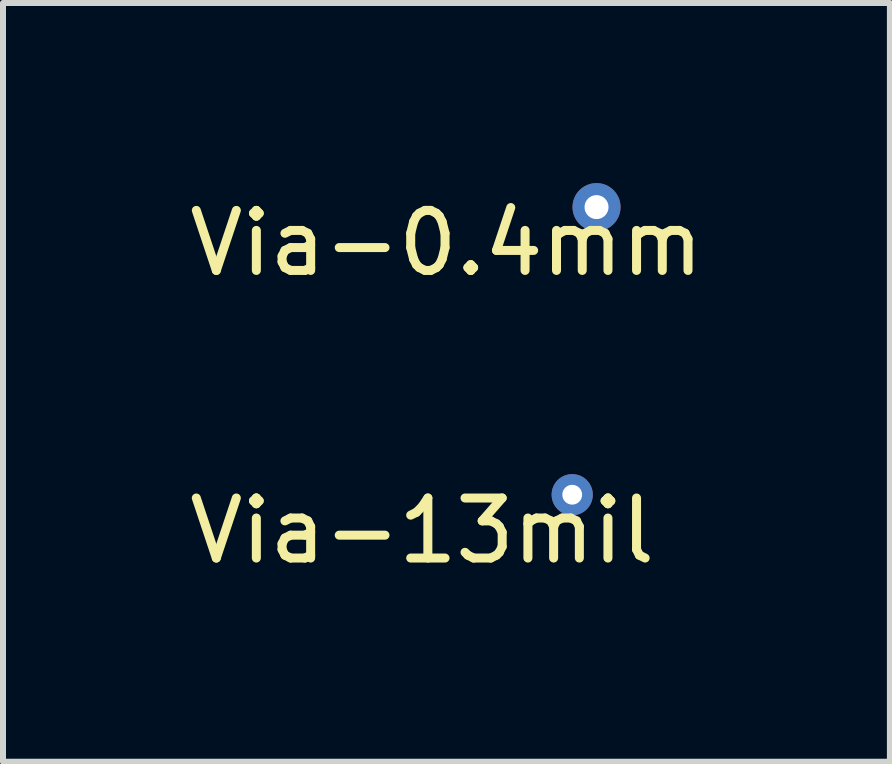
<source format=kicad_pcb>
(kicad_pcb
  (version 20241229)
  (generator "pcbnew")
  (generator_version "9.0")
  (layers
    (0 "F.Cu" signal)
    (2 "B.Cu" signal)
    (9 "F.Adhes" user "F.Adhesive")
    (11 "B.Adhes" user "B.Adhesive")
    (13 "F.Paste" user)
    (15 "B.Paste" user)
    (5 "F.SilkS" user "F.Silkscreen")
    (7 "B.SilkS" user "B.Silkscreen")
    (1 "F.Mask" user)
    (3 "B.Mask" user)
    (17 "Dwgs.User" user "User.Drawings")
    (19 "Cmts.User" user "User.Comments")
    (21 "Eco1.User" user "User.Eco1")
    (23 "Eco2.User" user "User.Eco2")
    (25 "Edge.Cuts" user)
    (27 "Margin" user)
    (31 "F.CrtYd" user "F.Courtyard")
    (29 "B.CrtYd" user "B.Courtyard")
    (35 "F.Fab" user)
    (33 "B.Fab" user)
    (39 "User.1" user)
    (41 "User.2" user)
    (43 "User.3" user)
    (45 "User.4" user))
  (footprint "Via-0.4mm"
    (layer "F.Cu")
    (at 6.887 0.4)
    (property "Reference" "Via-0.4mm" (at -2.5 0.6 0) (layer "F.SilkS") (effects (font (size 1 1) (thickness 0.15))))
    (attr through_hole)
    (pad "1" thru_hole circle (at 0 0) (size 0.8 0.8) (drill 0.4) (layers "*.Cu")))
  (footprint "Via-13mil"
    (layer "F.Cu")
    (at 6.482 5.191)
    (property "Reference" "Via-13mil" (at -2.5 0.6 0) (layer "F.SilkS") (effects (font (size 1 1) (thickness 0.15))))
    (attr through_hole)
    (pad "1" thru_hole circle (at 0 0) (size 0.686 0.686) (drill 0.33) (layers "*.Cu")))
  (gr_rect
    (start -3 -3)
    (end 11.774 9.639)
    (stroke (width 0.1) (type default))
    (fill no)
    (layer "Edge.Cuts")))
</source>
